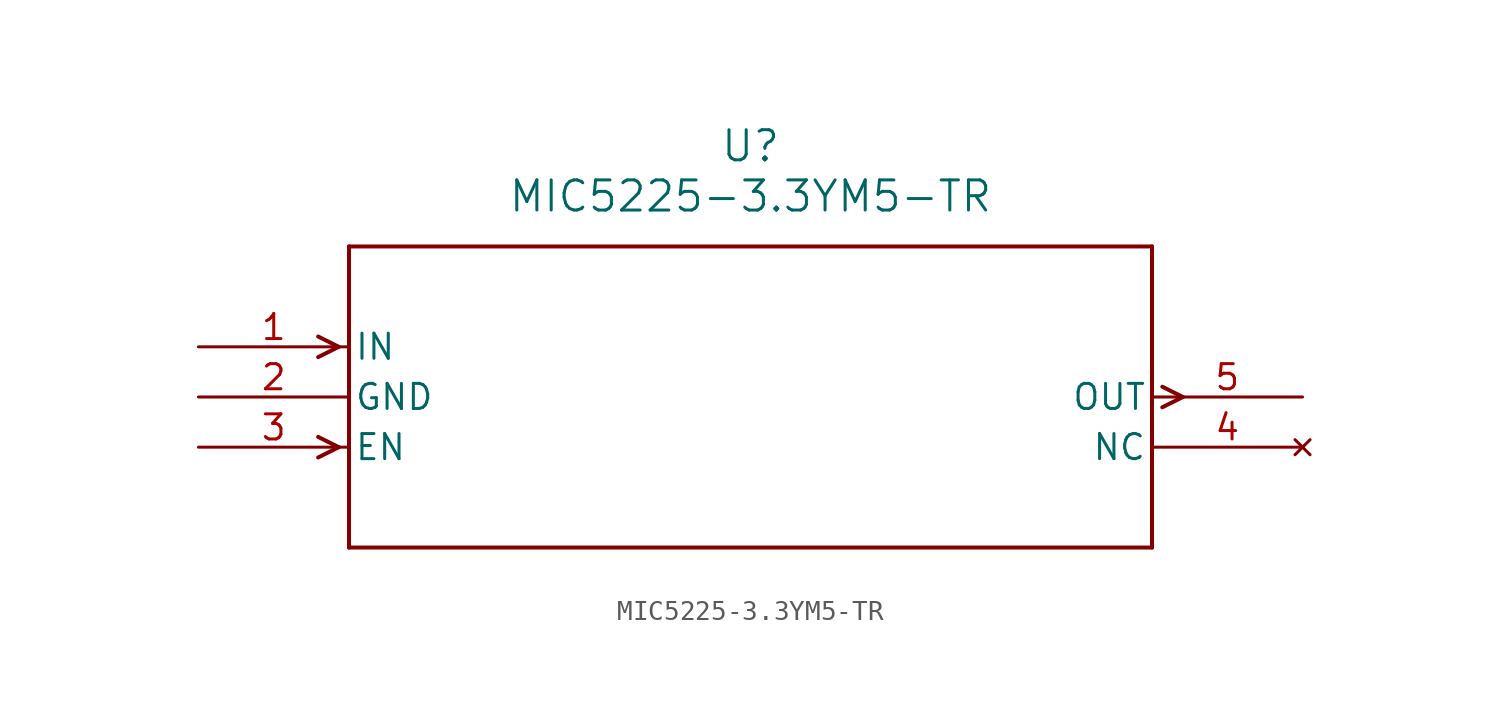
<source format=kicad_sym>
(kicad_symbol_lib
  (version 20220914)
  (generator kicad_symbol_editor)
  (symbol "MIC5225-3.3YM5-TR"
    (pin_names
      (offset 0.254))
    (property "Reference" "U"
      (at 27.94 10.16 0)
      (effects (font (size 1.524 1.524))))
    (property "Value" "MIC5225-3.3YM5-TR"
      (at 27.94 7.62 0)
      (effects (font (size 1.524 1.524))))
    (symbol "MIC5225-3.3YM5-TR_0_1"
      (polyline (pts (xy 7.099 -5.08) (xy 6.058 -5.601)) (stroke (width 0.203) (type default)) (fill (type none)))
      (polyline (pts (xy 7.099 -5.08) (xy 6.058 -4.559)) (stroke (width 0.203) (type default)) (fill (type none)))
      (polyline (pts (xy 7.099 0) (xy 6.058 -0.521)) (stroke (width 0.203) (type default)) (fill (type none)))
      (polyline (pts (xy 7.099 0) (xy 6.058 0.521)) (stroke (width 0.203) (type default)) (fill (type none)))
      (polyline (pts (xy 7.62 -10.16) (xy 48.26 -10.16)) (stroke (width 0.203) (type default)) (fill (type none)))
      (polyline (pts (xy 7.62 5.08) (xy 7.62 -10.16)) (stroke (width 0.203) (type default)) (fill (type none)))
      (polyline (pts (xy 48.26 -10.16) (xy 48.26 5.08)) (stroke (width 0.203) (type default)) (fill (type none)))
      (polyline (pts (xy 48.26 5.08) (xy 7.62 5.08)) (stroke (width 0.203) (type default)) (fill (type none)))
      (polyline (pts (xy 48.781 -3.061) (xy 49.822 -2.54)) (stroke (width 0.203) (type default)) (fill (type none)))
      (polyline (pts (xy 48.781 -2.019) (xy 49.822 -2.54)) (stroke (width 0.203) (type default)) (fill (type none)))
      (pin input line (at 0 0 0) (length 7.62) (name "IN" (effects (font (size 1.27 1.27)))) (number "1" (effects (font (size 1.27 1.27)))))
      (pin power_in line (at 0 -2.54 0) (length 7.62) (name "GND" (effects (font (size 1.27 1.27)))) (number "2" (effects (font (size 1.27 1.27)))))
      (pin input line (at 0 -5.08 0) (length 7.62) (name "EN" (effects (font (size 1.27 1.27)))) (number "3" (effects (font (size 1.27 1.27)))))
      (pin no_connect line (at 55.88 -5.08 180) (length 7.62) (name "NC" (effects (font (size 1.27 1.27)))) (number "4" (effects (font (size 1.27 1.27)))))
      (pin output line (at 55.88 -2.54 180) (length 7.62) (name "OUT" (effects (font (size 1.27 1.27)))) (number "5" (effects (font (size 1.27 1.27))))))))
</source>
